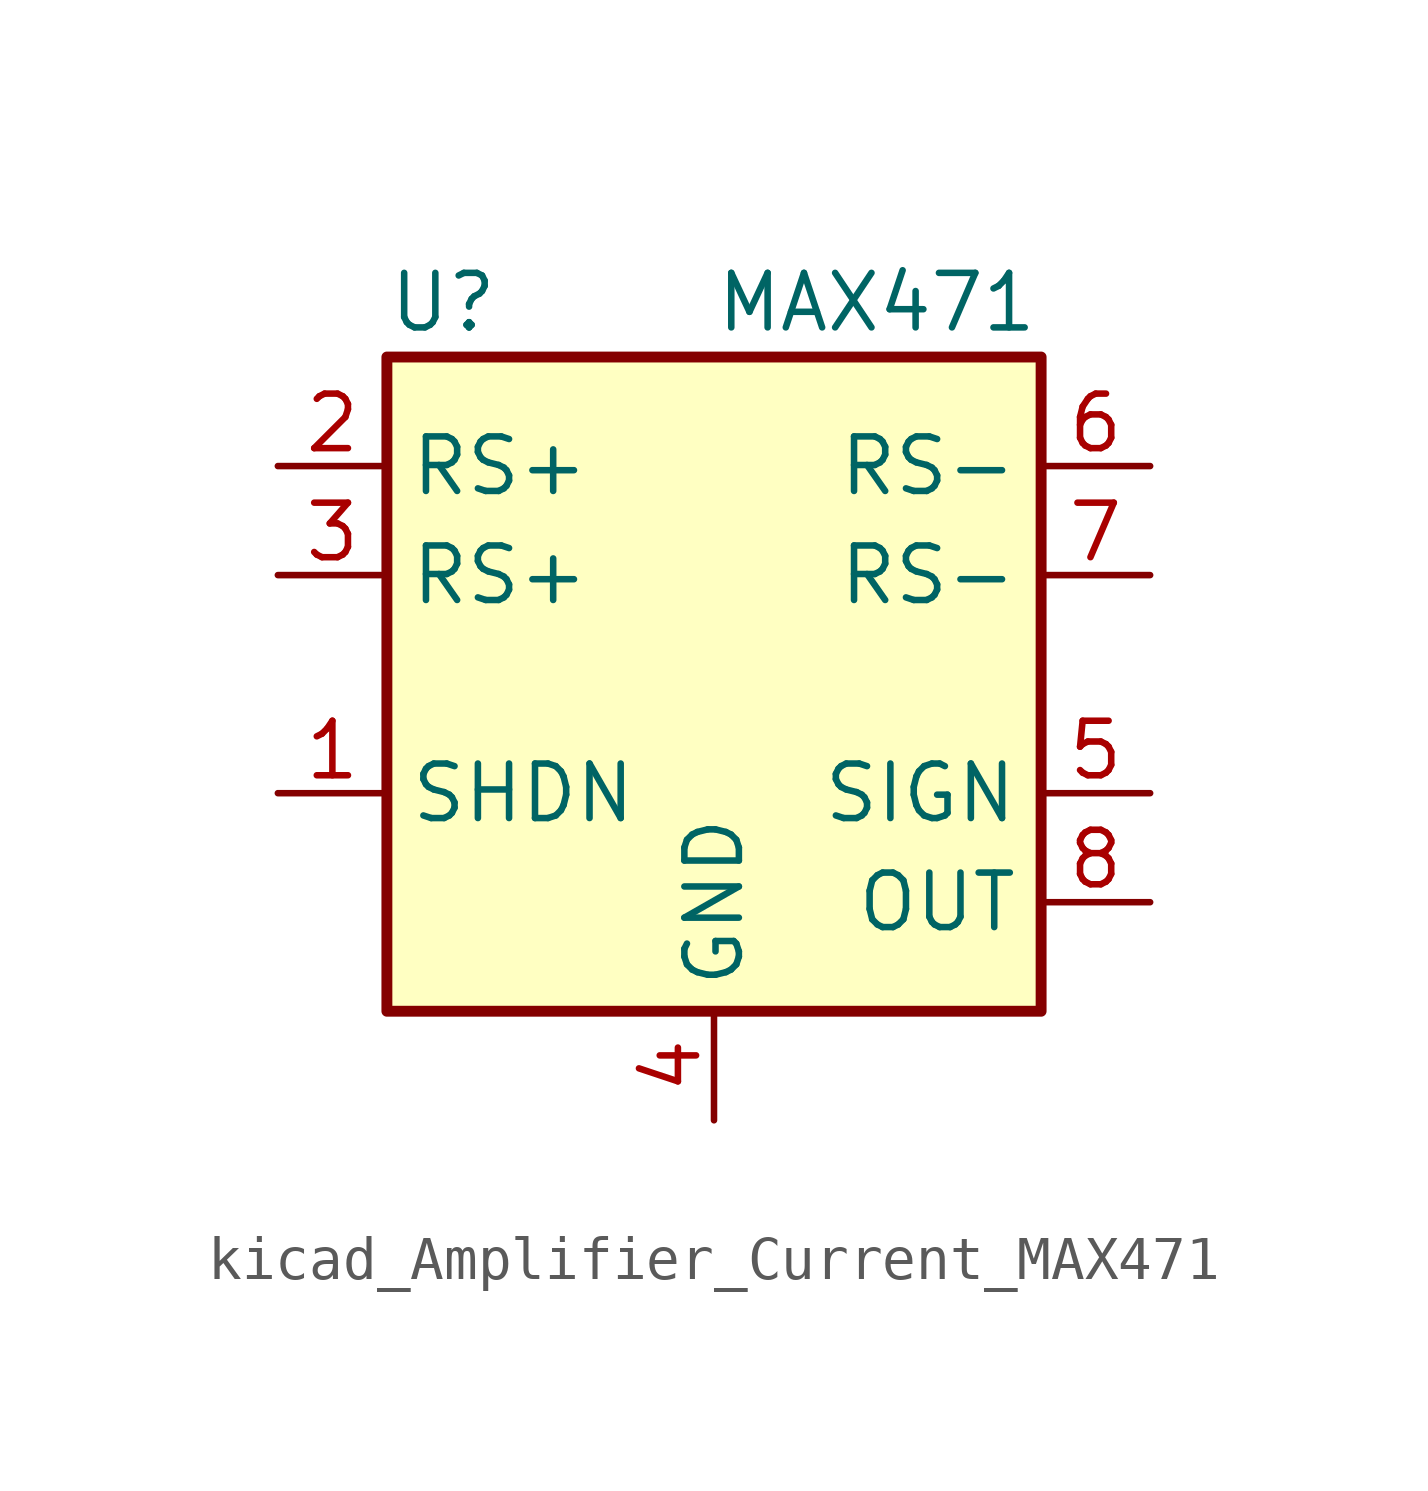
<source format=kicad_sym>
(kicad_symbol_lib
  (version 20220914)
  (generator kicad_symbol_editor)
  (symbol "kicad_Amplifier_Current_MAX471"
    (property "Reference" "U"
      (at -7.62 8.89 0)
      (effects (font (size 1.27 1.27)) (justify left)))
    (property "Value" "MAX471"
      (at 0 8.89 0)
      (effects (font (size 1.27 1.27)) (justify left)))
    (symbol "kicad_Amplifier_Current_MAX471_0_1"
      (rectangle (start -7.62 7.62) (end 7.62 -7.62) (stroke (width 0.254) (type default)) (fill (type background))))
    (symbol "kicad_Amplifier_Current_MAX471_1_1"
      (pin input line (at -10.16 -2.54 0) (length 2.54) (name "SHDN" (effects (font (size 1.27 1.27)))) (number "1" (effects (font (size 1.27 1.27)))))
      (pin input line (at -10.16 5.08 0) (length 2.54) (name "RS+" (effects (font (size 1.27 1.27)))) (number "2" (effects (font (size 1.27 1.27)))))
      (pin input line (at -10.16 2.54 0) (length 2.54) (name "RS+" (effects (font (size 1.27 1.27)))) (number "3" (effects (font (size 1.27 1.27)))))
      (pin power_in line (at 0 -10.16 90) (length 2.54) (name "GND" (effects (font (size 1.27 1.27)))) (number "4" (effects (font (size 1.27 1.27)))))
      (pin open_collector line (at 10.16 -2.54 180) (length 2.54) (name "SIGN" (effects (font (size 1.27 1.27)))) (number "5" (effects (font (size 1.27 1.27)))))
      (pin input line (at 10.16 5.08 180) (length 2.54) (name "RS-" (effects (font (size 1.27 1.27)))) (number "6" (effects (font (size 1.27 1.27)))))
      (pin input line (at 10.16 2.54 180) (length 2.54) (name "RS-" (effects (font (size 1.27 1.27)))) (number "7" (effects (font (size 1.27 1.27)))))
      (pin output line (at 10.16 -5.08 180) (length 2.54) (name "OUT" (effects (font (size 1.27 1.27)))) (number "8" (effects (font (size 1.27 1.27))))))))
</source>
